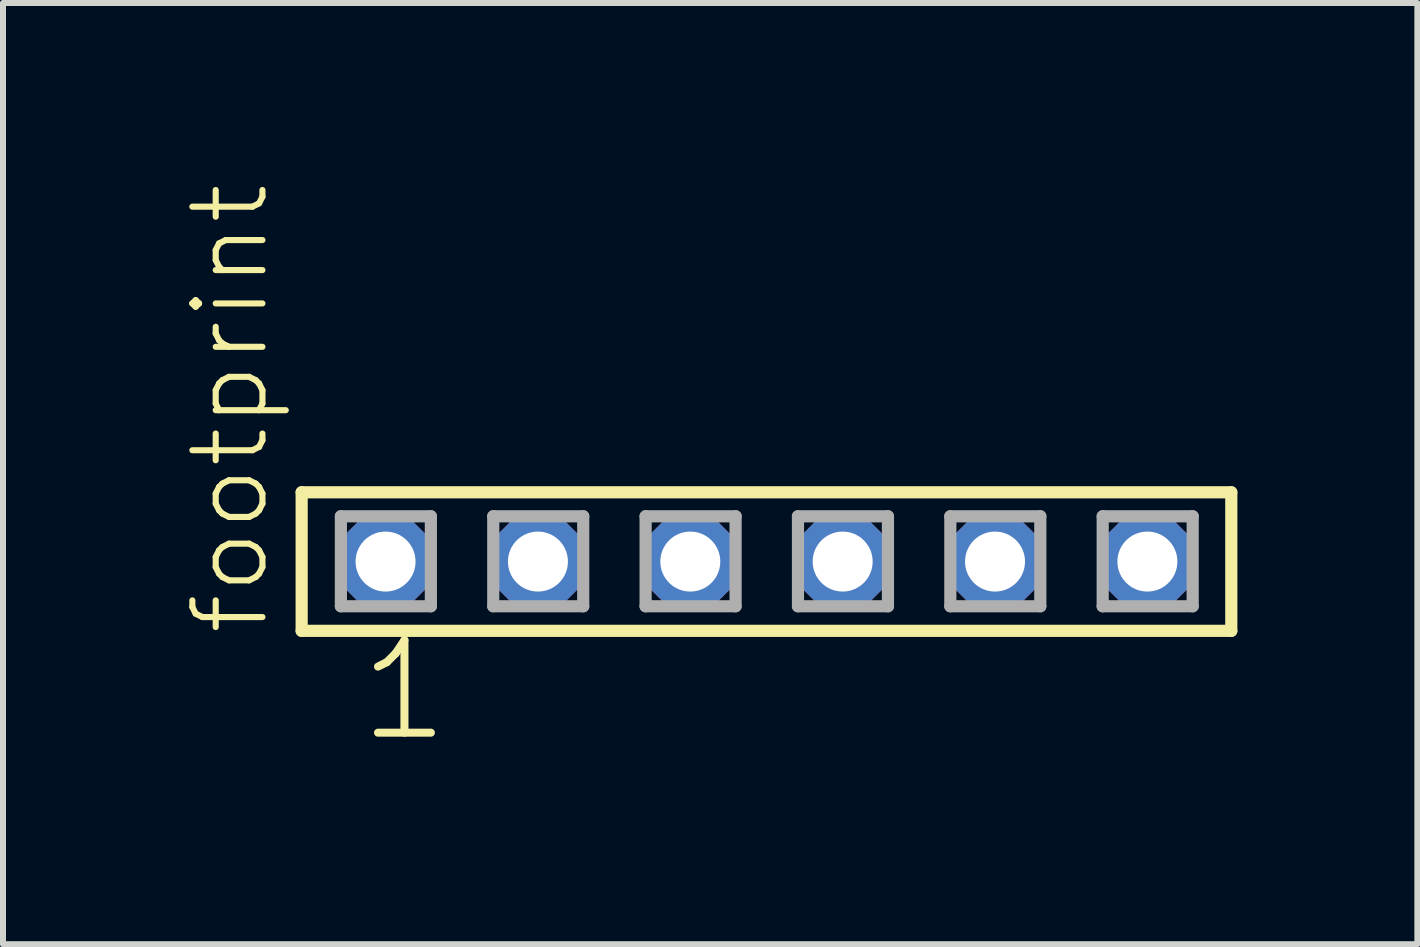
<source format=kicad_pcb>
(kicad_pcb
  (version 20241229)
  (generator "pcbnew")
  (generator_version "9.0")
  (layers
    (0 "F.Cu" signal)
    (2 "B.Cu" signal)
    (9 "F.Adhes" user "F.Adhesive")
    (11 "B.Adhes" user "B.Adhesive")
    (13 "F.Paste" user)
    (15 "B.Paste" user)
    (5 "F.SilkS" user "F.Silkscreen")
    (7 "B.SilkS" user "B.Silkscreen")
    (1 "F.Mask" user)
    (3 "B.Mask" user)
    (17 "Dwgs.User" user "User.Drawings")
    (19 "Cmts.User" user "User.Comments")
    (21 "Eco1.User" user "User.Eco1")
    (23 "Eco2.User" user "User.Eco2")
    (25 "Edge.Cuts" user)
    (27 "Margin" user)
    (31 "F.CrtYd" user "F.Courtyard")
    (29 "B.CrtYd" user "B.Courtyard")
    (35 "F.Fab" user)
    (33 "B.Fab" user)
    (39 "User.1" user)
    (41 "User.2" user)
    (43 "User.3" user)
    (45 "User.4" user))
  (footprint "footprint"
    (layer "F.Cu")
    (at 9.728 6.312)
    (property "Reference" "footprint" (at -8.255 1.27 90) (layer "F.SilkS") (effects (font (size 1.168 1.168) (thickness 0.102)) (justify left bottom)))
    (fp_line (start -7.749 -1.155) (end 7.749 -1.155) (stroke (width 0.203) (type solid)) (layer "F.SilkS"))
    (fp_line (start -7.749 1.155) (end -7.749 -1.155) (stroke (width 0.203) (type solid)) (layer "F.SilkS"))
    (fp_line (start 7.749 -1.155) (end 7.749 1.155) (stroke (width 0.203) (type solid)) (layer "F.SilkS"))
    (fp_line (start 7.749 1.155) (end -7.749 1.155) (stroke (width 0.203) (type solid)) (layer "F.SilkS"))
    (fp_line (start -7.095 -0.755) (end -5.595 -0.755) (stroke (width 0.203) (type solid)) (layer "F.Fab"))
    (fp_line (start -7.095 0.745) (end -7.095 -0.755) (stroke (width 0.203) (type solid)) (layer "F.Fab"))
    (fp_line (start -5.595 -0.755) (end -5.595 0.745) (stroke (width 0.203) (type solid)) (layer "F.Fab"))
    (fp_line (start -5.595 0.745) (end -7.095 0.745) (stroke (width 0.203) (type solid)) (layer "F.Fab"))
    (fp_line (start -4.555 -0.755) (end -3.055 -0.755) (stroke (width 0.203) (type solid)) (layer "F.Fab"))
    (fp_line (start -4.555 0.745) (end -4.555 -0.755) (stroke (width 0.203) (type solid)) (layer "F.Fab"))
    (fp_line (start -3.055 -0.755) (end -3.055 0.745) (stroke (width 0.203) (type solid)) (layer "F.Fab"))
    (fp_line (start -3.055 0.745) (end -4.555 0.745) (stroke (width 0.203) (type solid)) (layer "F.Fab"))
    (fp_line (start -2.015 -0.755) (end -0.515 -0.755) (stroke (width 0.203) (type solid)) (layer "F.Fab"))
    (fp_line (start -2.015 0.745) (end -2.015 -0.755) (stroke (width 0.203) (type solid)) (layer "F.Fab"))
    (fp_line (start -0.515 -0.755) (end -0.515 0.745) (stroke (width 0.203) (type solid)) (layer "F.Fab"))
    (fp_line (start -0.515 0.745) (end -2.015 0.745) (stroke (width 0.203) (type solid)) (layer "F.Fab"))
    (fp_line (start 0.525 -0.755) (end 2.025 -0.755) (stroke (width 0.203) (type solid)) (layer "F.Fab"))
    (fp_line (start 0.525 0.745) (end 0.525 -0.755) (stroke (width 0.203) (type solid)) (layer "F.Fab"))
    (fp_line (start 2.025 -0.755) (end 2.025 0.745) (stroke (width 0.203) (type solid)) (layer "F.Fab"))
    (fp_line (start 2.025 0.745) (end 0.525 0.745) (stroke (width 0.203) (type solid)) (layer "F.Fab"))
    (fp_line (start 3.065 -0.755) (end 4.565 -0.755) (stroke (width 0.203) (type solid)) (layer "F.Fab"))
    (fp_line (start 3.065 0.745) (end 3.065 -0.755) (stroke (width 0.203) (type solid)) (layer "F.Fab"))
    (fp_line (start 4.565 -0.755) (end 4.565 0.745) (stroke (width 0.203) (type solid)) (layer "F.Fab"))
    (fp_line (start 4.565 0.745) (end 3.065 0.745) (stroke (width 0.203) (type solid)) (layer "F.Fab"))
    (fp_line (start 5.605 -0.755) (end 7.105 -0.755) (stroke (width 0.203) (type solid)) (layer "F.Fab"))
    (fp_line (start 5.605 0.745) (end 5.605 -0.755) (stroke (width 0.203) (type solid)) (layer "F.Fab"))
    (fp_line (start 7.105 -0.755) (end 7.105 0.745) (stroke (width 0.203) (type solid)) (layer "F.Fab"))
    (fp_line (start 7.105 0.745) (end 5.605 0.745) (stroke (width 0.203) (type solid)) (layer "F.Fab"))
    (fp_text user "1" (at -6.858 3.048 0) (layer "F.SilkS") (effects (font (size 1.542 1.542) (thickness 0.134)) (justify left bottom)))
    (pad "1" thru_hole roundrect (at -6.35 0) (size 1.5 1.5) (drill 1) (layers "*.Cu" "*.Mask") (roundrect_rratio 0.25) (chamfer_ratio 0.25) (chamfer top_left top_right bottom_left bottom_right))
    (pad "2" thru_hole roundrect (at -3.81 0) (size 1.5 1.5) (drill 1) (layers "*.Cu" "*.Mask") (roundrect_rratio 0.25) (chamfer_ratio 0.25) (chamfer top_left top_right bottom_left bottom_right))
    (pad "3" thru_hole roundrect (at -1.27 0) (size 1.5 1.5) (drill 1) (layers "*.Cu" "*.Mask") (roundrect_rratio 0.25) (chamfer_ratio 0.25) (chamfer top_left top_right bottom_left bottom_right))
    (pad "4" thru_hole roundrect (at 1.27 0) (size 1.5 1.5) (drill 1) (layers "*.Cu" "*.Mask") (roundrect_rratio 0.25) (chamfer_ratio 0.25) (chamfer top_left top_right bottom_left bottom_right))
    (pad "5" thru_hole roundrect (at 3.81 0) (size 1.5 1.5) (drill 1) (layers "*.Cu" "*.Mask") (roundrect_rratio 0.25) (chamfer_ratio 0.25) (chamfer top_left top_right bottom_left bottom_right))
    (pad "6" thru_hole roundrect (at 6.35 0) (size 1.5 1.5) (drill 1) (layers "*.Cu" "*.Mask") (roundrect_rratio 0.25) (chamfer_ratio 0.25) (chamfer top_left top_right bottom_left bottom_right)))
  (gr_rect
    (start -3 -3)
    (end 20.579 12.691)
    (stroke (width 0.1) (type default))
    (fill no)
    (layer "Edge.Cuts")))
</source>
